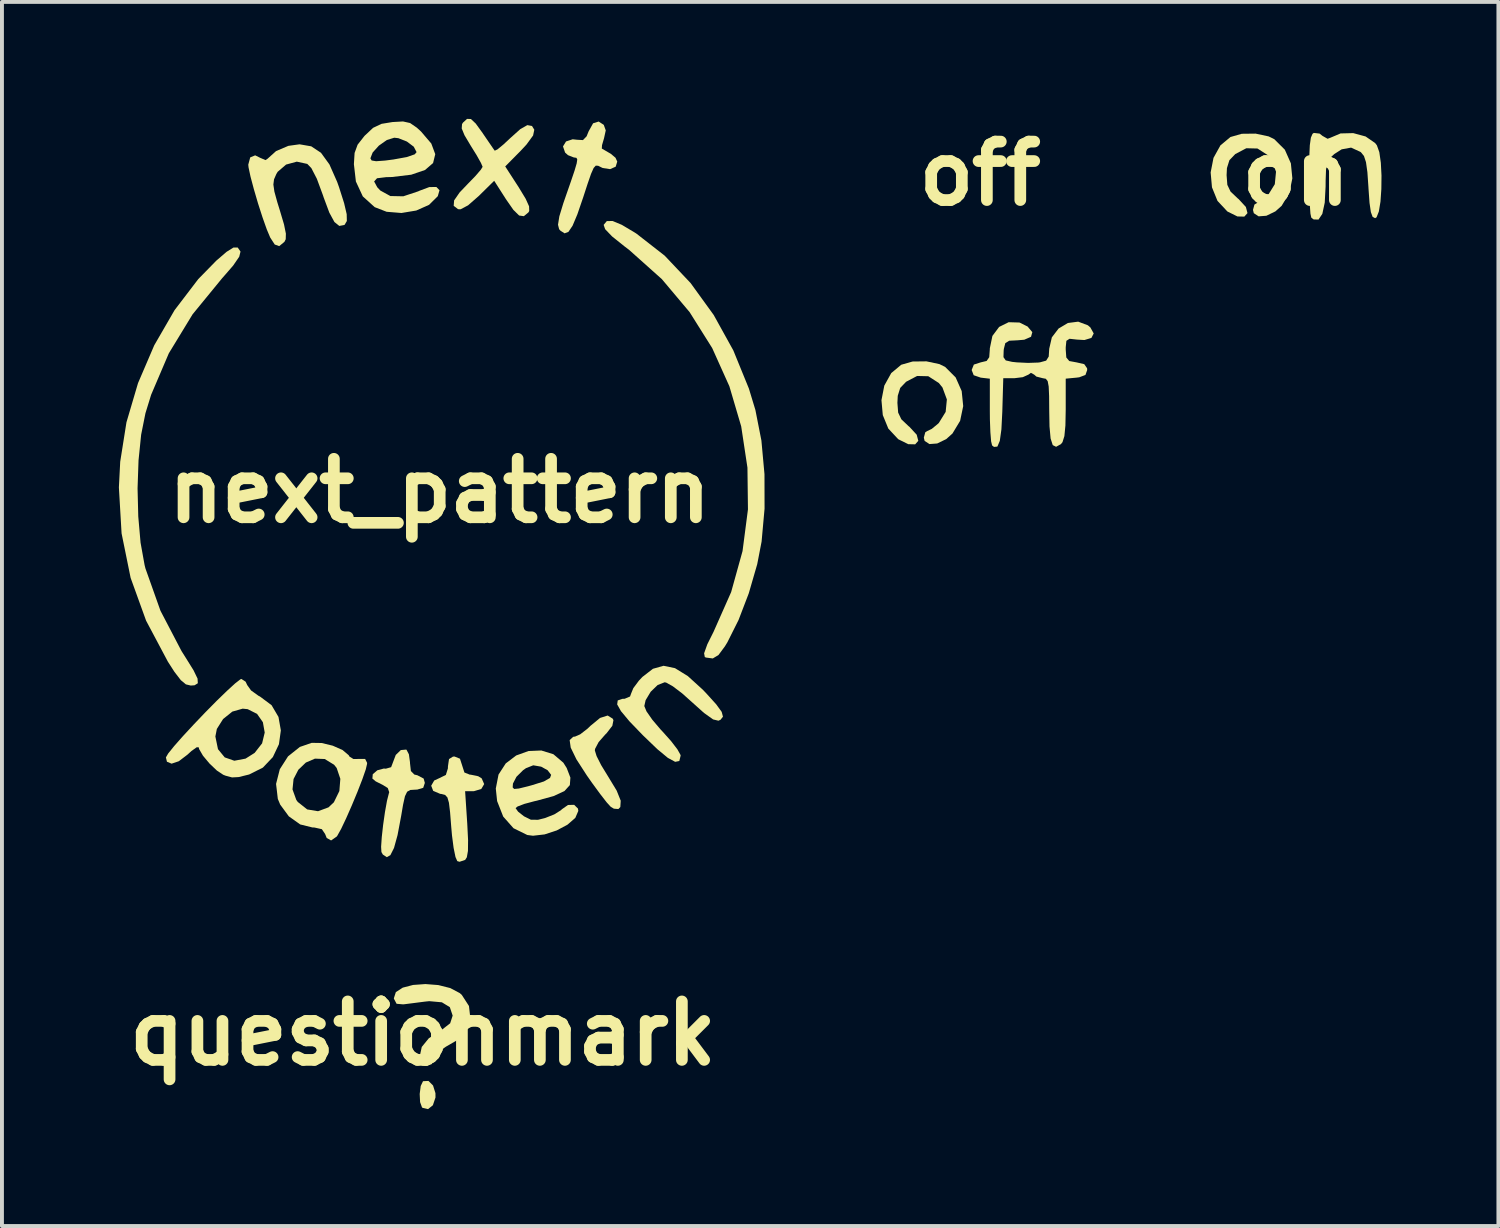
<source format=kicad_pcb>
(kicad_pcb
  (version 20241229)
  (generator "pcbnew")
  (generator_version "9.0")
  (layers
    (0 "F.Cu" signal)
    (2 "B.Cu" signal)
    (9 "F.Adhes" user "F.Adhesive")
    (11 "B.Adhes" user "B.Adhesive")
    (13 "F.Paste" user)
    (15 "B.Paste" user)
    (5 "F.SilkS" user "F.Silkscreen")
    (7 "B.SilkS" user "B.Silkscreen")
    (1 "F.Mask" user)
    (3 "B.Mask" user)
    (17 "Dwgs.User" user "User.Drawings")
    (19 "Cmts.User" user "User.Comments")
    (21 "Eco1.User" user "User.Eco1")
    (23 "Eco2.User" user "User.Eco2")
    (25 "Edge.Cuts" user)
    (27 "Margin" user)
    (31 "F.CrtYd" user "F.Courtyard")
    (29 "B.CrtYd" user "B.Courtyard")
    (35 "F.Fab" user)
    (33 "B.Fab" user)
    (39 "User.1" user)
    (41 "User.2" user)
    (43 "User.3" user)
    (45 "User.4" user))
  (footprint "questionmark"
    (layer "F.Cu")
    (at 7.8 23.462)
    (property "Reference" "questionmark" (at 0 0 0) (layer "F.SilkS") (effects (font (size 1.5 1.5) (thickness 0.3))))
    (attr board_only exclude_from_pos_files exclude_from_bom)
    (fp_poly (pts (xy 0.259 1.335) (xy 0.321 1.532) (xy 0.322 1.643) (xy 0.255 1.842) (xy 0.131 1.941) (xy -0.009 1.909) (xy -0.025 1.894) (xy -0.073 1.761) (xy -0.083 1.552) (xy -0.057 1.348) (xy 0.001 1.227) (xy 0.004 1.225) (xy 0.142 1.218)) (stroke (width 0) (type solid)) (fill yes) (layer "F.SilkS"))
    (fp_poly (pts (xy 0.395 -1.241) (xy 0.701 -1.164) (xy 0.945 -1.035) (xy 0.996 -0.99) (xy 1.181 -0.704) (xy 1.216 -0.393) (xy 1.111 -0.09) (xy 0.876 0.174) (xy 0.589 0.34) (xy 0.398 0.475) (xy 0.322 0.622) (xy 0.224 0.787) (xy 0.106 0.831) (xy -0.028 0.825) (xy -0.079 0.721) (xy -0.085 0.599) (xy -0.03 0.346) (xy 0.15 0.125) (xy 0.475 -0.091) (xy 0.495 -0.102) (xy 0.699 -0.261) (xy 0.762 -0.456) (xy 0.762 -0.459) (xy 0.69 -0.674) (xy 0.486 -0.799) (xy 0.163 -0.828) (xy 0.054 -0.817) (xy -0.226 -0.781) (xy -0.471 -0.75) (xy -0.508 -0.746) (xy -0.676 -0.761) (xy -0.743 -0.888) (xy -0.746 -0.902) (xy -0.695 -1.06) (xy -0.518 -1.175) (xy -0.253 -1.244) (xy 0.064 -1.267)) (stroke (width 0) (type solid)) (fill yes) (layer "F.SilkS")))
  (footprint "off"
    (layer "F.Cu")
    (at 22.089 1.404)
    (property "Reference" "off" (at 0 0 0) (layer "F.SilkS") (effects (font (size 1.5 1.5) (thickness 0.3))))
    (attr board_only exclude_from_pos_files exclude_from_bom)
    (fp_poly (pts (xy -1.039 4.887) (xy -0.894 4.958) (xy -0.623 5.228) (xy -0.468 5.578) (xy -0.429 5.964) (xy -0.508 6.342) (xy -0.705 6.668) (xy -0.865 6.811) (xy -1.096 6.923) (xy -1.295 6.938) (xy -1.419 6.857) (xy -1.439 6.773) (xy -1.402 6.636) (xy -1.351 6.604) (xy -1.236 6.549) (xy -1.073 6.415) (xy -1.054 6.396) (xy -0.879 6.113) (xy -0.848 5.793) (xy -0.961 5.487) (xy -1.054 5.372) (xy -1.324 5.198) (xy -1.611 5.191) (xy -1.894 5.34) (xy -2.045 5.498) (xy -2.108 5.7) (xy -2.117 5.882) (xy -2.098 6.13) (xy -2.016 6.302) (xy -1.831 6.478) (xy -1.807 6.497) (xy -1.622 6.698) (xy -1.581 6.855) (xy -1.661 6.945) (xy -1.838 6.941) (xy -2.089 6.817) (xy -2.098 6.811) (xy -2.35 6.541) (xy -2.492 6.194) (xy -2.526 5.812) (xy -2.453 5.438) (xy -2.275 5.117) (xy -2.018 4.903) (xy -1.727 4.82) (xy -1.372 4.816)) (stroke (width 0) (type solid)) (fill yes) (layer "F.SilkS"))
    (fp_poly (pts (xy 2.769 3.891) (xy 2.833 3.946) (xy 2.919 4.1) (xy 2.86 4.215) (xy 2.681 4.269) (xy 2.492 4.258) (xy 2.299 4.237) (xy 2.218 4.289) (xy 2.201 4.456) (xy 2.201 4.513) (xy 2.216 4.717) (xy 2.292 4.808) (xy 2.476 4.842) (xy 2.477 4.842) (xy 2.676 4.888) (xy 2.749 4.993) (xy 2.752 5.038) (xy 2.707 5.165) (xy 2.548 5.225) (xy 2.477 5.234) (xy 2.201 5.26) (xy 2.201 6.049) (xy 2.193 6.461) (xy 2.167 6.733) (xy 2.118 6.89) (xy 2.078 6.94) (xy 1.954 7.008) (xy 1.868 6.965) (xy 1.813 6.795) (xy 1.785 6.485) (xy 1.778 6.091) (xy 1.775 5.707) (xy 1.764 5.461) (xy 1.738 5.323) (xy 1.69 5.263) (xy 1.616 5.249) (xy 1.614 5.249) (xy 1.449 5.207) (xy 1.392 5.157) (xy 1.308 5.111) (xy 1.244 5.157) (xy 1.1 5.222) (xy 0.88 5.249) (xy 0.875 5.249) (xy 0.599 5.249) (xy 0.574 6.11) (xy 0.551 6.562) (xy 0.51 6.856) (xy 0.448 7.003) (xy 0.361 7.011) (xy 0.312 6.973) (xy 0.287 6.868) (xy 0.268 6.634) (xy 0.256 6.31) (xy 0.254 6.088) (xy 0.254 5.261) (xy 0.021 5.234) (xy -0.16 5.172) (xy -0.212 5.038) (xy -0.156 4.899) (xy 0.021 4.842) (xy 0.172 4.806) (xy 0.239 4.71) (xy 0.254 4.502) (xy 0.254 4.482) (xy 0.32 4.164) (xy 0.493 3.933) (xy 0.737 3.812) (xy 1.016 3.82) (xy 1.223 3.923) (xy 1.344 4.067) (xy 1.311 4.186) (xy 1.138 4.261) (xy 0.966 4.276) (xy 0.751 4.287) (xy 0.651 4.349) (xy 0.613 4.5) (xy 0.609 4.541) (xy 0.604 4.709) (xy 0.662 4.792) (xy 0.825 4.829) (xy 0.944 4.842) (xy 1.235 4.856) (xy 1.498 4.847) (xy 1.542 4.841) (xy 1.699 4.798) (xy 1.765 4.693) (xy 1.778 4.492) (xy 1.845 4.201) (xy 2.018 3.974) (xy 2.257 3.832) (xy 2.521 3.798)) (stroke (width 0) (type solid)) (fill yes) (layer "F.SilkS")))
  (footprint "on"
    (layer "F.Cu")
    (at 30.195 1.404)
    (property "Reference" "on" (at 0 0 0) (layer "F.SilkS") (effects (font (size 1.5 1.5) (thickness 0.3))))
    (attr board_only exclude_from_pos_files exclude_from_bom)
    (fp_poly (pts (xy -0.7 -0.955) (xy -0.555 -0.884) (xy -0.284 -0.614) (xy -0.129 -0.264) (xy -0.091 0.122) (xy -0.169 0.5) (xy -0.366 0.826) (xy -0.526 0.969) (xy -0.757 1.081) (xy -0.956 1.096) (xy -1.08 1.015) (xy -1.101 0.931) (xy -1.064 0.794) (xy -1.012 0.762) (xy -0.897 0.707) (xy -0.734 0.573) (xy -0.716 0.554) (xy -0.541 0.271) (xy -0.51 -0.049) (xy -0.622 -0.355) (xy -0.716 -0.47) (xy -0.985 -0.644) (xy -1.272 -0.651) (xy -1.555 -0.502) (xy -1.706 -0.344) (xy -1.769 -0.142) (xy -1.778 0.04) (xy -1.759 0.288) (xy -1.677 0.46) (xy -1.492 0.636) (xy -1.468 0.655) (xy -1.283 0.856) (xy -1.242 1.013) (xy -1.323 1.103) (xy -1.5 1.099) (xy -1.75 0.975) (xy -1.76 0.969) (xy -2.012 0.699) (xy -2.153 0.352) (xy -2.187 -0.03) (xy -2.114 -0.404) (xy -1.936 -0.725) (xy -1.679 -0.939) (xy -1.388 -1.022) (xy -1.034 -1.026)) (stroke (width 0) (type solid)) (fill yes) (layer "F.SilkS"))
    (fp_poly (pts (xy 0.608 -1.027) (xy 0.682 -0.968) (xy 0.813 -0.894) (xy 0.879 -0.918) (xy 1.146 -1.031) (xy 1.471 -1.039) (xy 1.788 -0.953) (xy 2.033 -0.784) (xy 2.078 -0.725) (xy 2.14 -0.551) (xy 2.179 -0.279) (xy 2.196 0.05) (xy 2.192 0.396) (xy 2.17 0.717) (xy 2.128 0.972) (xy 2.069 1.121) (xy 2.032 1.143) (xy 1.968 1.109) (xy 1.923 0.987) (xy 1.889 0.752) (xy 1.862 0.376) (xy 1.861 0.352) (xy 1.834 -0.038) (xy 1.798 -0.294) (xy 1.746 -0.452) (xy 1.67 -0.546) (xy 1.654 -0.558) (xy 1.416 -0.667) (xy 1.174 -0.623) (xy 0.985 -0.502) (xy 0.872 -0.399) (xy 0.805 -0.282) (xy 0.773 -0.105) (xy 0.763 0.177) (xy 0.762 0.328) (xy 0.74 0.744) (xy 0.678 1.032) (xy 0.58 1.179) (xy 0.453 1.175) (xy 0.395 1.129) (xy 0.373 1.027) (xy 0.356 0.791) (xy 0.343 0.454) (xy 0.339 0.053) (xy 0.339 0.037) (xy 0.343 -0.418) (xy 0.357 -0.729) (xy 0.384 -0.922) (xy 0.426 -1.02) (xy 0.459 -1.044)) (stroke (width 0) (type solid)) (fill yes) (layer "F.SilkS")))
  (footprint "next_pattern"
    (layer "F.Cu")
    (at 8.23 9.542)
    (property "Reference" "next_pattern" (at 0 0 0) (layer "F.SilkS") (effects (font (size 1.5 1.5) (thickness 0.3))))
    (attr board_only exclude_from_pos_files exclude_from_bom)
    (fp_poly (pts (xy 4.438 5.844) (xy 4.457 5.884) (xy 4.429 6.027) (xy 4.281 6.219) (xy 4.242 6.257) (xy 4.077 6.446) (xy 3.986 6.619) (xy 3.98 6.659) (xy 4.025 6.805) (xy 4.143 7.038) (xy 4.31 7.311) (xy 4.318 7.324) (xy 4.54 7.69) (xy 4.644 7.949) (xy 4.634 8.112) (xy 4.584 8.163) (xy 4.468 8.154) (xy 4.386 8.104) (xy 4.285 7.993) (xy 4.117 7.777) (xy 3.909 7.493) (xy 3.775 7.302) (xy 3.507 6.887) (xy 3.361 6.587) (xy 3.334 6.395) (xy 3.425 6.31) (xy 3.473 6.304) (xy 3.605 6.246) (xy 3.791 6.102) (xy 3.867 6.029) (xy 4.114 5.826) (xy 4.309 5.764)) (stroke (width 0) (type solid)) (fill yes) (layer "F.SilkS"))
    (fp_poly (pts (xy 0.52 6.872) (xy 0.577 7.048) (xy 0.634 7.226) (xy 0.773 7.281) (xy 0.793 7.281) (xy 0.987 7.321) (xy 1.077 7.376) (xy 1.141 7.523) (xy 1.067 7.648) (xy 0.882 7.704) (xy 0.867 7.705) (xy 0.652 7.705) (xy 0.707 8.541) (xy 0.728 8.96) (xy 0.725 9.238) (xy 0.696 9.401) (xy 0.653 9.468) (xy 0.51 9.516) (xy 0.451 9.499) (xy 0.405 9.394) (xy 0.357 9.16) (xy 0.315 8.837) (xy 0.296 8.62) (xy 0.266 8.242) (xy 0.237 8.002) (xy 0.198 7.866) (xy 0.138 7.801) (xy 0.046 7.777) (xy 0.011 7.773) (xy -0.167 7.697) (xy -0.218 7.565) (xy -0.141 7.431) (xy 0 7.366) (xy 0.158 7.288) (xy 0.21 7.122) (xy 0.212 7.065) (xy 0.239 6.881) (xy 0.341 6.818) (xy 0.381 6.816)) (stroke (width 0) (type solid)) (fill yes) (layer "F.SilkS"))
    (fp_poly (pts (xy 4.67 -6.825) (xy 5.011 -6.622) (xy 5.052 -6.595) (xy 5.772 -6.033) (xy 6.437 -5.33) (xy 7.029 -4.512) (xy 7.533 -3.602) (xy 7.932 -2.624) (xy 8.099 -2.074) (xy 8.253 -1.291) (xy 8.332 -0.427) (xy 8.334 0.458) (xy 8.258 1.301) (xy 8.146 1.881) (xy 7.929 2.629) (xy 7.667 3.313) (xy 7.38 3.886) (xy 7.317 3.989) (xy 7.152 4.212) (xy 7.006 4.3) (xy 6.833 4.277) (xy 6.801 4.264) (xy 6.783 4.168) (xy 6.865 3.938) (xy 7.026 3.615) (xy 7.477 2.597) (xy 7.769 1.546) (xy 7.908 0.477) (xy 7.895 -0.595) (xy 7.735 -1.653) (xy 7.432 -2.681) (xy 6.99 -3.664) (xy 6.411 -4.585) (xy 5.7 -5.43) (xy 4.86 -6.181) (xy 4.735 -6.276) (xy 4.422 -6.527) (xy 4.244 -6.713) (xy 4.206 -6.823) (xy 4.287 -6.92) (xy 4.435 -6.923)) (stroke (width 0) (type solid)) (fill yes) (layer "F.SilkS"))
    (fp_poly (pts (xy -5.181 -6.241) (xy -5.111 -6.14) (xy -5.11 -6.138) (xy -5.143 -6.006) (xy -5.298 -5.78) (xy -5.564 -5.473) (xy -5.575 -5.462) (xy -6.339 -4.529) (xy -6.949 -3.528) (xy -7.403 -2.464) (xy -7.549 -1.99) (xy -7.659 -1.441) (xy -7.726 -0.782) (xy -7.751 -0.065) (xy -7.733 0.657) (xy -7.674 1.33) (xy -7.571 1.902) (xy -7.549 1.99) (xy -7.163 3.077) (xy -6.624 4.109) (xy -6.515 4.282) (xy -6.314 4.605) (xy -6.212 4.816) (xy -6.205 4.936) (xy -6.288 4.988) (xy -6.386 4.995) (xy -6.511 4.965) (xy -6.642 4.856) (xy -6.805 4.644) (xy -6.974 4.381) (xy -7.532 3.331) (xy -7.929 2.232) (xy -8.161 1.091) (xy -8.23 -0.087) (xy -8.196 -0.748) (xy -8.036 -1.758) (xy -7.739 -2.764) (xy -7.323 -3.734) (xy -6.802 -4.635) (xy -6.193 -5.433) (xy -5.731 -5.905) (xy -5.467 -6.132) (xy -5.292 -6.241)) (stroke (width 0) (type solid)) (fill yes) (layer "F.SilkS"))
    (fp_poly (pts (xy -0.85 6.644) (xy -0.79 6.759) (xy -0.762 6.964) (xy -0.762 6.984) (xy -0.739 7.188) (xy -0.651 7.278) (xy -0.572 7.297) (xy -0.412 7.381) (xy -0.381 7.493) (xy -0.423 7.619) (xy -0.577 7.664) (xy -0.63 7.666) (xy -0.754 7.674) (xy -0.835 7.719) (xy -0.891 7.834) (xy -0.94 8.054) (xy -0.989 8.343) (xy -1.081 8.831) (xy -1.172 9.161) (xy -1.265 9.346) (xy -1.356 9.398) (xy -1.459 9.33) (xy -1.495 9.266) (xy -1.503 9.132) (xy -1.486 8.882) (xy -1.451 8.568) (xy -1.404 8.24) (xy -1.352 7.95) (xy -1.301 7.749) (xy -1.295 7.732) (xy -1.332 7.624) (xy -1.465 7.542) (xy -1.642 7.453) (xy -1.727 7.381) (xy -1.717 7.269) (xy -1.6 7.169) (xy -1.433 7.124) (xy -1.382 7.128) (xy -1.246 7.089) (xy -1.201 6.97) (xy -1.127 6.775) (xy -0.997 6.65) (xy -0.861 6.638)) (stroke (width 0) (type solid)) (fill yes) (layer "F.SilkS"))
    (fp_poly (pts (xy 6.036 4.549) (xy 6.365 4.752) (xy 6.749 5.101) (xy 6.838 5.194) (xy 7.094 5.477) (xy 7.234 5.67) (xy 7.267 5.794) (xy 7.204 5.873) (xy 7.151 5.897) (xy 7.014 5.864) (xy 6.782 5.699) (xy 6.481 5.429) (xy 6.219 5.195) (xy 5.983 5.016) (xy 5.812 4.92) (xy 5.771 4.911) (xy 5.592 4.981) (xy 5.413 5.154) (xy 5.283 5.37) (xy 5.249 5.521) (xy 5.305 5.657) (xy 5.453 5.87) (xy 5.664 6.119) (xy 5.715 6.173) (xy 5.935 6.419) (xy 6.099 6.633) (xy 6.178 6.775) (xy 6.181 6.793) (xy 6.147 6.931) (xy 6.041 6.952) (xy 5.855 6.852) (xy 5.582 6.626) (xy 5.212 6.27) (xy 5.209 6.267) (xy 4.867 5.912) (xy 4.651 5.653) (xy 4.553 5.479) (xy 4.567 5.377) (xy 4.688 5.336) (xy 4.746 5.334) (xy 4.883 5.276) (xy 4.911 5.199) (xy 4.967 5.062) (xy 5.11 4.87) (xy 5.199 4.775) (xy 5.47 4.565) (xy 5.743 4.488)) (stroke (width 0) (type solid)) (fill yes) (layer "F.SilkS"))
    (fp_poly (pts (xy 0.801 -9.539) (xy 0.925 -9.422) (xy 1.104 -9.175) (xy 1.11 -9.165) (xy 1.263 -8.941) (xy 1.374 -8.779) (xy 1.412 -8.726) (xy 1.483 -8.76) (xy 1.637 -8.887) (xy 1.804 -9.043) (xy 2.066 -9.278) (xy 2.248 -9.382) (xy 2.368 -9.36) (xy 2.427 -9.264) (xy 2.396 -9.116) (xy 2.226 -8.883) (xy 2.08 -8.726) (xy 1.681 -8.322) (xy 2.026 -7.789) (xy 2.206 -7.492) (xy 2.293 -7.299) (xy 2.297 -7.179) (xy 2.275 -7.142) (xy 2.159 -7.046) (xy 2.038 -7.063) (xy 1.891 -7.207) (xy 1.694 -7.49) (xy 1.694 -7.491) (xy 1.398 -7.954) (xy 1.002 -7.564) (xy 0.729 -7.325) (xy 0.537 -7.223) (xy 0.472 -7.225) (xy 0.359 -7.312) (xy 0.37 -7.451) (xy 0.512 -7.656) (xy 0.72 -7.874) (xy 0.918 -8.078) (xy 1.056 -8.239) (xy 1.101 -8.313) (xy 1.058 -8.413) (xy 0.947 -8.611) (xy 0.798 -8.851) (xy 0.636 -9.123) (xy 0.565 -9.296) (xy 0.573 -9.408) (xy 0.597 -9.446) (xy 0.701 -9.542)) (stroke (width 0) (type solid)) (fill yes) (layer "F.SilkS"))
    (fp_poly (pts (xy 4.209 -9.389) (xy 4.26 -9.247) (xy 4.216 -9.046) (xy 4.164 -8.868) (xy 4.159 -8.781) (xy 4.16 -8.78) (xy 4.392 -8.645) (xy 4.51 -8.545) (xy 4.555 -8.447) (xy 4.555 -8.447) (xy 4.515 -8.316) (xy 4.371 -8.253) (xy 4.182 -8.282) (xy 4.148 -8.298) (xy 4.066 -8.339) (xy 4.004 -8.343) (xy 3.949 -8.282) (xy 3.883 -8.133) (xy 3.792 -7.87) (xy 3.683 -7.535) (xy 3.532 -7.094) (xy 3.409 -6.802) (xy 3.303 -6.644) (xy 3.204 -6.606) (xy 3.1 -6.672) (xy 3.064 -6.712) (xy 3.035 -6.826) (xy 3.069 -7.041) (xy 3.172 -7.38) (xy 3.212 -7.495) (xy 3.361 -7.923) (xy 3.46 -8.216) (xy 3.514 -8.4) (xy 3.529 -8.5) (xy 3.509 -8.542) (xy 3.461 -8.551) (xy 3.445 -8.551) (xy 3.292 -8.611) (xy 3.217 -8.678) (xy 3.163 -8.836) (xy 3.241 -8.963) (xy 3.411 -9.019) (xy 3.524 -9.007) (xy 3.675 -8.998) (xy 3.769 -9.095) (xy 3.819 -9.219) (xy 3.935 -9.429) (xy 4.078 -9.474)) (stroke (width 0) (type solid)) (fill yes) (layer "F.SilkS"))
    (fp_poly (pts (xy -3.295 -8.838) (xy -3.045 -8.672) (xy -2.829 -8.374) (xy -2.631 -7.927) (xy -2.583 -7.792) (xy -2.452 -7.38) (xy -2.386 -7.098) (xy -2.382 -6.922) (xy -2.437 -6.828) (xy -2.448 -6.82) (xy -2.576 -6.796) (xy -2.701 -6.897) (xy -2.831 -7.136) (xy -2.977 -7.528) (xy -2.994 -7.58) (xy -3.151 -8.005) (xy -3.293 -8.28) (xy -3.397 -8.387) (xy -3.666 -8.445) (xy -3.941 -8.37) (xy -4.157 -8.184) (xy -4.192 -8.125) (xy -4.25 -7.992) (xy -4.267 -7.858) (xy -4.241 -7.677) (xy -4.166 -7.405) (xy -4.101 -7.195) (xy -3.994 -6.835) (xy -3.946 -6.599) (xy -3.95 -6.455) (xy -3.984 -6.387) (xy -4.117 -6.278) (xy -4.232 -6.319) (xy -4.348 -6.498) (xy -4.436 -6.707) (xy -4.545 -7.015) (xy -4.661 -7.375) (xy -4.768 -7.741) (xy -4.854 -8.064) (xy -4.904 -8.299) (xy -4.911 -8.368) (xy -4.861 -8.554) (xy -4.734 -8.607) (xy -4.604 -8.543) (xy -4.469 -8.485) (xy -4.417 -8.519) (xy -4.198 -8.716) (xy -3.883 -8.85) (xy -3.595 -8.89)) (stroke (width 0) (type solid)) (fill yes) (layer "F.SilkS"))
    (fp_poly (pts (xy -3.028 6.469) (xy -2.743 6.538) (xy -2.491 6.65) (xy -2.333 6.784) (xy -2.316 6.816) (xy -2.213 6.88) (xy -2.07 6.878) (xy -1.913 6.877) (xy -1.863 6.976) (xy -1.863 7.003) (xy -1.896 7.145) (xy -1.984 7.398) (xy -2.109 7.72) (xy -2.253 8.067) (xy -2.399 8.399) (xy -2.529 8.673) (xy -2.626 8.847) (xy -2.642 8.869) (xy -2.786 8.969) (xy -2.899 8.905) (xy -2.939 8.805) (xy -3.023 8.68) (xy -3.215 8.637) (xy -3.263 8.636) (xy -3.579 8.558) (xy -3.871 8.35) (xy -4.092 8.049) (xy -4.153 7.903) (xy -4.181 7.66) (xy -3.776 7.66) (xy -3.679 7.928) (xy -3.641 7.981) (xy -3.399 8.173) (xy -3.121 8.219) (xy -2.853 8.12) (xy -2.715 7.99) (xy -2.574 7.701) (xy -2.549 7.388) (xy -2.643 7.11) (xy -2.709 7.027) (xy -2.949 6.88) (xy -3.2 6.87) (xy -3.434 6.971) (xy -3.626 7.155) (xy -3.749 7.393) (xy -3.776 7.66) (xy -4.181 7.66) (xy -4.198 7.519) (xy -4.102 7.142) (xy -3.891 6.812) (xy -3.588 6.57) (xy -3.284 6.465)) (stroke (width 0) (type solid)) (fill yes) (layer "F.SilkS"))
    (fp_poly (pts (xy -0.76 -9.436) (xy -0.587 -9.317) (xy -0.478 -9.217) (xy -0.215 -8.909) (xy -0.114 -8.637) (xy -0.17 -8.409) (xy -0.377 -8.231) (xy -0.731 -8.11) (xy -1.226 -8.051) (xy -1.376 -8.047) (xy -1.608 -8.019) (xy -1.682 -7.937) (xy -1.602 -7.788) (xy -1.524 -7.705) (xy -1.268 -7.563) (xy -0.935 -7.556) (xy -0.552 -7.683) (xy -0.52 -7.698) (xy -0.266 -7.793) (xy -0.085 -7.795) (xy -0.005 -7.712) (xy -0.049 -7.559) (xy -0.273 -7.337) (xy -0.601 -7.191) (xy -0.981 -7.128) (xy -1.361 -7.159) (xy -1.668 -7.278) (xy -1.973 -7.554) (xy -2.15 -7.936) (xy -2.201 -8.379) (xy -2.192 -8.531) (xy -1.778 -8.531) (xy -1.746 -8.475) (xy -1.631 -8.456) (xy -1.399 -8.473) (xy -1.185 -8.501) (xy -0.843 -8.563) (xy -0.641 -8.633) (xy -0.593 -8.689) (xy -0.665 -8.828) (xy -0.842 -8.961) (xy -1.06 -9.047) (xy -1.166 -9.059) (xy -1.356 -9) (xy -1.56 -8.856) (xy -1.72 -8.679) (xy -1.778 -8.531) (xy -2.192 -8.531) (xy -2.183 -8.669) (xy -2.106 -8.88) (xy -1.936 -9.097) (xy -1.921 -9.114) (xy -1.708 -9.313) (xy -1.492 -9.415) (xy -1.211 -9.461) (xy -0.941 -9.476)) (stroke (width 0) (type solid)) (fill yes) (layer "F.SilkS"))
    (fp_poly (pts (xy -4.979 4.896) (xy -4.938 4.983) (xy -4.839 5.121) (xy -4.648 5.258) (xy -4.612 5.276) (xy -4.313 5.499) (xy -4.136 5.8) (xy -4.075 6.145) (xy -4.124 6.5) (xy -4.28 6.83) (xy -4.536 7.1) (xy -4.887 7.276) (xy -4.906 7.281) (xy -5.158 7.343) (xy -5.327 7.352) (xy -5.492 7.308) (xy -5.553 7.284) (xy -5.717 7.175) (xy -5.906 6.995) (xy -6.073 6.795) (xy -6.171 6.626) (xy -6.181 6.581) (xy -6.233 6.578) (xy -6.368 6.674) (xy -6.471 6.768) (xy -6.693 6.937) (xy -6.878 6.999) (xy -6.997 6.95) (xy -7.024 6.839) (xy -6.966 6.739) (xy -6.812 6.548) (xy -6.595 6.302) (xy -5.755 6.302) (xy -5.688 6.627) (xy -5.515 6.838) (xy -5.269 6.924) (xy -4.981 6.87) (xy -4.748 6.723) (xy -4.556 6.478) (xy -4.489 6.201) (xy -4.536 5.936) (xy -4.685 5.722) (xy -4.926 5.601) (xy -5.054 5.588) (xy -5.319 5.663) (xy -5.557 5.854) (xy -5.717 6.108) (xy -5.755 6.302) (xy -6.595 6.302) (xy -6.586 6.292) (xy -6.312 5.996) (xy -6.017 5.687) (xy -5.725 5.391) (xy -5.46 5.134) (xy -5.248 4.94) (xy -5.114 4.836) (xy -5.087 4.826)) (stroke (width 0) (type solid)) (fill yes) (layer "F.SilkS"))
    (fp_poly (pts (xy 2.917 6.757) (xy 3.172 6.974) (xy 3.258 7.11) (xy 3.353 7.357) (xy 3.339 7.549) (xy 3.2 7.702) (xy 2.924 7.83) (xy 2.494 7.948) (xy 2.431 7.962) (xy 2.173 8.031) (xy 1.997 8.098) (xy 1.947 8.14) (xy 2.011 8.23) (xy 2.163 8.35) (xy 2.339 8.437) (xy 2.523 8.439) (xy 2.703 8.394) (xy 2.94 8.3) (xy 3.112 8.192) (xy 3.133 8.17) (xy 3.291 8.059) (xy 3.449 8.055) (xy 3.547 8.151) (xy 3.556 8.211) (xy 3.479 8.39) (xy 3.279 8.564) (xy 3.002 8.712) (xy 2.691 8.814) (xy 2.393 8.848) (xy 2.247 8.829) (xy 1.893 8.655) (xy 1.629 8.356) (xy 1.473 7.959) (xy 1.439 7.635) (xy 1.445 7.608) (xy 1.872 7.608) (xy 1.91 7.648) (xy 2.03 7.637) (xy 2.267 7.579) (xy 2.368 7.551) (xy 2.674 7.455) (xy 2.83 7.365) (xy 2.859 7.286) (xy 2.768 7.167) (xy 2.603 7.076) (xy 2.4 7.041) (xy 2.213 7.115) (xy 2.138 7.168) (xy 1.969 7.336) (xy 1.88 7.508) (xy 1.879 7.515) (xy 1.872 7.608) (xy 1.445 7.608) (xy 1.509 7.279) (xy 1.694 6.993) (xy 1.962 6.789) (xy 2.278 6.675) (xy 2.607 6.661)) (stroke (width 0) (type solid)) (fill yes) (layer "F.SilkS")))
  (gr_rect
    (start -3 -3)
    (end 35.39 28.403)
    (stroke (width 0.1) (type default))
    (fill no)
    (layer "Edge.Cuts")))
</source>
